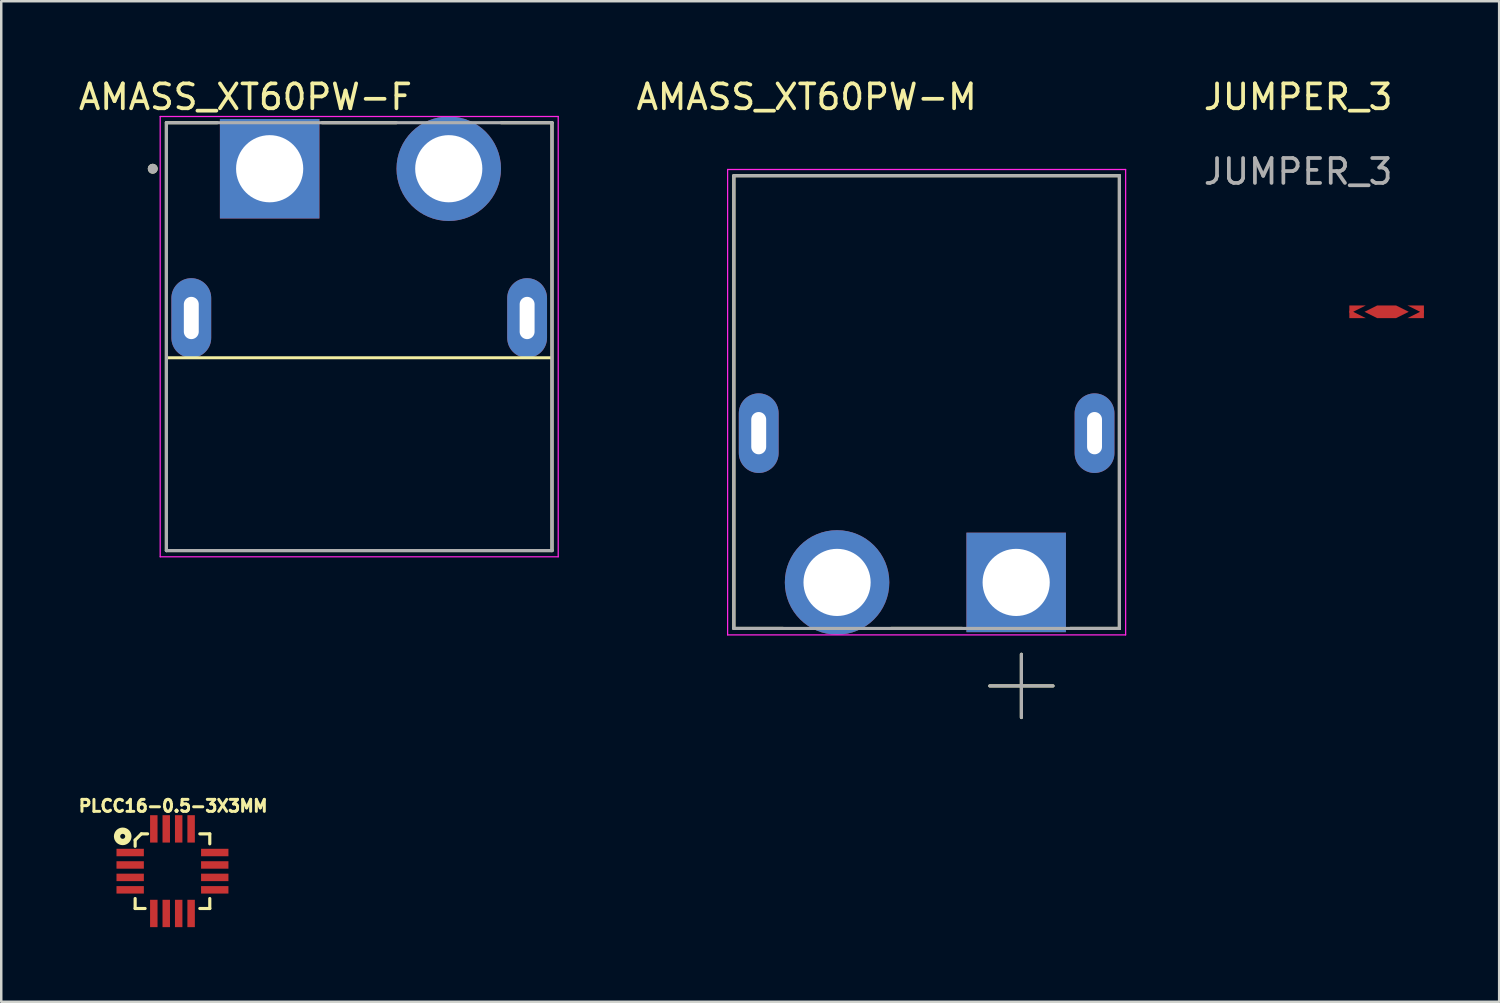
<source format=kicad_pcb>
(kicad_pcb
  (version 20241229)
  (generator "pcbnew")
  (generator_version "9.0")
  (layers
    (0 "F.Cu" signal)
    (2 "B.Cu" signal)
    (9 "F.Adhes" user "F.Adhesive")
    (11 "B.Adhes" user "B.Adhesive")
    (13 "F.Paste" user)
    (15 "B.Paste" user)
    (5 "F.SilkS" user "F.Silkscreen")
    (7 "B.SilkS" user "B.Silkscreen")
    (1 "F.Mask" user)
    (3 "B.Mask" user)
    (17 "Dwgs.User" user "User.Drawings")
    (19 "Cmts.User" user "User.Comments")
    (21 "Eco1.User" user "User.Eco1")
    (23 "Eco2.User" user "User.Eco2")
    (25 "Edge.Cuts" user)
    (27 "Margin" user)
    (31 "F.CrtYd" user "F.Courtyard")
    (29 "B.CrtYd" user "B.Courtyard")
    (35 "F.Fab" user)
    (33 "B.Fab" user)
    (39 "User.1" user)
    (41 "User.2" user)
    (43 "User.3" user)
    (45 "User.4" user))
  (footprint "AMASS_XT60PW-F"
    (layer "F.Cu")
    (at 11.39 3.733)
    (property "Reference" "AMASS_XT60PW-F" (at -4.575 -2.885 0) (layer "F.SilkS") (effects (font (size 1 1) (thickness 0.15))))
    (attr through_hole)
    (fp_line (start -7.75 -1.85) (end -5.71 -1.85) (stroke (width 0.127) (type solid)) (layer "F.SilkS"))
    (fp_line (start -7.75 15.35) (end -7.75 -1.85) (stroke (width 0.127) (type solid)) (layer "F.SilkS"))
    (fp_line (start -7.7 7.6) (end 7.7 7.6) (stroke (width 0.12) (type solid)) (layer "F.SilkS"))
    (fp_line (start -1.49 -1.85) (end 1.49 -1.85) (stroke (width 0.127) (type solid)) (layer "F.SilkS"))
    (fp_line (start 5.71 -1.85) (end 7.75 -1.85) (stroke (width 0.127) (type solid)) (layer "F.SilkS"))
    (fp_line (start 7.75 -1.85) (end 7.75 15.35) (stroke (width 0.127) (type solid)) (layer "F.SilkS"))
    (fp_line (start 7.75 15.35) (end -7.75 15.35) (stroke (width 0.127) (type solid)) (layer "F.SilkS"))
    (fp_circle (center -8.3 0) (end -8.2 0) (stroke (width 0.2) (type solid)) (fill no) (layer "F.SilkS"))
    (fp_line (start -8 -2.1) (end 8 -2.1) (stroke (width 0.05) (type solid)) (layer "F.CrtYd"))
    (fp_line (start -8 15.6) (end -8 -2.1) (stroke (width 0.05) (type solid)) (layer "F.CrtYd"))
    (fp_line (start 8 -2.1) (end 8 15.6) (stroke (width 0.05) (type solid)) (layer "F.CrtYd"))
    (fp_line (start 8 15.6) (end -8 15.6) (stroke (width 0.05) (type solid)) (layer "F.CrtYd"))
    (fp_line (start -7.75 -1.85) (end 7.75 -1.85) (stroke (width 0.127) (type solid)) (layer "F.Fab"))
    (fp_line (start -7.75 15.35) (end -7.75 -1.85) (stroke (width 0.127) (type solid)) (layer "F.Fab"))
    (fp_line (start 7.75 -1.85) (end 7.75 15.35) (stroke (width 0.127) (type solid)) (layer "F.Fab"))
    (fp_line (start 7.75 15.35) (end -7.75 15.35) (stroke (width 0.127) (type solid)) (layer "F.Fab"))
    (fp_circle (center -8.3 0) (end -8.2 0) (stroke (width 0.2) (type solid)) (fill no) (layer "F.Fab"))
    (pad "1" thru_hole rect (at -3.6 0) (size 4 4) (drill 2.7) (layers "*.Cu" "*.Mask"))
    (pad "2" thru_hole circle (at 3.6 0) (size 4.2 4.2) (drill 2.7) (layers "*.Cu" "*.Mask"))
    (pad "S1" thru_hole oval (at -6.75 6) (size 1.6 3.2) (drill oval 0.6 1.7) (layers "*.Cu" "*.Mask"))
    (pad "S2" thru_hole oval (at 6.75 6) (size 1.6 3.2) (drill oval 0.6 1.7) (layers "*.Cu" "*.Mask")))
  (footprint "AMASS_XT60PW-M"
    (layer "F.Cu")
    (at 34.2 14.363)
    (property "Reference" "AMASS_XT60PW-M" (at -4.824 -13.515 0) (layer "F.SilkS") (effects (font (size 1 1) (thickness 0.15))))
    (attr through_hole)
    (fp_line (start -7.75 -10.35) (end -7.75 7.85) (stroke (width 0.127) (type solid)) (layer "F.SilkS"))
    (fp_line (start -7.75 7.85) (end -5.778 7.85) (stroke (width 0.127) (type solid)) (layer "F.SilkS"))
    (fp_line (start -1.422 7.85) (end 1.422 7.85) (stroke (width 0.127) (type solid)) (layer "F.SilkS"))
    (fp_line (start 2.54 10.16) (end 3.81 10.16) (stroke (width 0.127) (type solid)) (layer "F.SilkS"))
    (fp_line (start 3.81 10.16) (end 3.81 8.89) (stroke (width 0.127) (type solid)) (layer "F.SilkS"))
    (fp_line (start 3.81 10.16) (end 3.81 11.43) (stroke (width 0.127) (type solid)) (layer "F.SilkS"))
    (fp_line (start 5.08 10.16) (end 3.81 10.16) (stroke (width 0.127) (type solid)) (layer "F.SilkS"))
    (fp_line (start 7.75 -10.35) (end -7.75 -10.35) (stroke (width 0.127) (type solid)) (layer "F.SilkS"))
    (fp_line (start 7.75 7.85) (end 5.778 7.85) (stroke (width 0.127) (type solid)) (layer "F.SilkS"))
    (fp_line (start 7.75 7.85) (end 7.75 -10.35) (stroke (width 0.127) (type solid)) (layer "F.SilkS"))
    (fp_line (start -8 -10.6) (end -8 8.11) (stroke (width 0.05) (type solid)) (layer "F.CrtYd"))
    (fp_line (start -8 8.11) (end 8 8.11) (stroke (width 0.05) (type solid)) (layer "F.CrtYd"))
    (fp_line (start 8 -10.6) (end -8 -10.6) (stroke (width 0.05) (type solid)) (layer "F.CrtYd"))
    (fp_line (start 8 8.11) (end 8 -10.6) (stroke (width 0.05) (type solid)) (layer "F.CrtYd"))
    (fp_line (start -7.75 -10.35) (end -7.75 7.85) (stroke (width 0.127) (type solid)) (layer "F.Fab"))
    (fp_line (start -7.75 7.85) (end 7.75 7.85) (stroke (width 0.127) (type solid)) (layer "F.Fab"))
    (fp_line (start 2.54 10.16) (end 3.81 10.16) (stroke (width 0.127) (type solid)) (layer "F.Fab"))
    (fp_line (start 3.81 10.16) (end 3.81 8.89) (stroke (width 0.127) (type solid)) (layer "F.Fab"))
    (fp_line (start 3.81 10.16) (end 3.81 11.43) (stroke (width 0.127) (type solid)) (layer "F.Fab"))
    (fp_line (start 5.08 10.16) (end 3.81 10.16) (stroke (width 0.127) (type solid)) (layer "F.Fab"))
    (fp_line (start 7.75 -10.35) (end -7.75 -10.35) (stroke (width 0.127) (type solid)) (layer "F.Fab"))
    (fp_line (start 7.75 7.85) (end 7.75 -10.35) (stroke (width 0.127) (type solid)) (layer "F.Fab"))
    (pad "1" thru_hole rect (at 3.6 6) (size 4 4) (drill 2.7) (layers "*.Cu" "*.Mask"))
    (pad "2" thru_hole circle (at -3.6 6) (size 4.2 4.2) (drill 2.7) (layers "*.Cu" "*.Mask"))
    (pad "S1" thru_hole oval (at 6.75 0) (size 1.6 3.2) (drill oval 0.6 1.7) (layers "*.Cu" "*.Mask"))
    (pad "S2" thru_hole oval (at -6.75 0) (size 1.6 3.2) (drill oval 0.6 1.7) (layers "*.Cu" "*.Mask")))
  (footprint "PLCC16-0.5-3X3MM"
    (layer "F.Cu")
    (at 2.383 33.471)
    (property "Reference" "PLCC16-0.5-3X3MM" (at 1.527 -4.122 0) (layer "F.SilkS") (effects (font (size 0.481 0.481) (thickness 0.15))))
    (attr smd)
    (fp_line (start 0 -2.75) (end 0 -2.5) (stroke (width 0.127) (type solid)) (layer "F.SilkS"))
    (fp_line (start 0 0) (end 0 -0.4) (stroke (width 0.127) (type solid)) (layer "F.SilkS"))
    (fp_line (start 0.25 -3) (end 0 -2.75) (stroke (width 0.127) (type solid)) (layer "F.SilkS"))
    (fp_line (start 0.4 0) (end 0 0) (stroke (width 0.127) (type solid)) (layer "F.SilkS"))
    (fp_line (start 0.5 -3) (end 0.25 -3) (stroke (width 0.127) (type solid)) (layer "F.SilkS"))
    (fp_line (start 2.6 -3) (end 3 -3) (stroke (width 0.127) (type solid)) (layer "F.SilkS"))
    (fp_line (start 3 -2.6) (end 3 -3) (stroke (width 0.127) (type solid)) (layer "F.SilkS"))
    (fp_line (start 3 -0.4) (end 3 0) (stroke (width 0.127) (type solid)) (layer "F.SilkS"))
    (fp_line (start 3 0) (end 2.6 0) (stroke (width 0.127) (type solid)) (layer "F.SilkS"))
    (fp_circle (center -0.5 -2.9) (end -0.4 -2.9) (stroke (width 0.254) (type solid)) (fill no) (layer "F.SilkS"))
    (pad "1" smd rect (at -0.2 -2.25) (size 1.1 0.3) (layers "F.Cu" "F.Mask" "F.Paste"))
    (pad "2" smd rect (at -0.2 -1.75) (size 1.1 0.3) (layers "F.Cu" "F.Mask" "F.Paste"))
    (pad "3" smd rect (at -0.2 -1.25) (size 1.1 0.3) (layers "F.Cu" "F.Mask" "F.Paste"))
    (pad "4" smd rect (at -0.2 -0.75) (size 1.1 0.3) (layers "F.Cu" "F.Mask" "F.Paste"))
    (pad "5" smd rect (at 0.75 0.2 90) (size 1.1 0.3) (layers "F.Cu" "F.Mask" "F.Paste"))
    (pad "6" smd rect (at 1.25 0.2 90) (size 1.1 0.3) (layers "F.Cu" "F.Mask" "F.Paste"))
    (pad "7" smd rect (at 1.75 0.2 90) (size 1.1 0.3) (layers "F.Cu" "F.Mask" "F.Paste"))
    (pad "8" smd rect (at 2.25 0.2 90) (size 1.1 0.3) (layers "F.Cu" "F.Mask" "F.Paste"))
    (pad "9" smd rect (at 3.2 -0.75) (size 1.1 0.3) (layers "F.Cu" "F.Mask" "F.Paste"))
    (pad "10" smd rect (at 3.2 -1.25) (size 1.1 0.3) (layers "F.Cu" "F.Mask" "F.Paste"))
    (pad "11" smd rect (at 3.2 -1.75) (size 1.1 0.3) (layers "F.Cu" "F.Mask" "F.Paste"))
    (pad "12" smd rect (at 3.2 -2.25) (size 1.1 0.3) (layers "F.Cu" "F.Mask" "F.Paste"))
    (pad "13" smd rect (at 2.25 -3.2 90) (size 1.1 0.3) (layers "F.Cu" "F.Mask" "F.Paste"))
    (pad "14" smd rect (at 1.75 -3.2 90) (size 1.1 0.3) (layers "F.Cu" "F.Mask" "F.Paste"))
    (pad "15" smd rect (at 1.25 -3.2 90) (size 1.1 0.3) (layers "F.Cu" "F.Mask" "F.Paste"))
    (pad "16" smd rect (at 0.75 -3.2 90) (size 1.1 0.3) (layers "F.Cu" "F.Mask" "F.Paste")))
  (footprint "JUMPER_3"
    (layer "F.Cu")
    (at 52.692 9.484)
    (property "Reference" "JUMPER_3" (at -3.556 -8.636 0) (unlocked yes) (layer "F.SilkS") (effects (font (size 1 1) (thickness 0.15))))
    (attr smd)
    (fp_poly (pts (xy -1.499 -0.254) (xy -0.838 -0.254) (xy -1.346 0) (xy -0.838 0.254) (xy -1.499 0.254)) (stroke (width 0) (type solid)) (fill yes) (layer "F.Cu"))
    (fp_poly (pts (xy 1.499 0.254) (xy 0.838 0.254) (xy 1.346 0) (xy 0.838 -0.254) (xy 1.499 -0.254)) (stroke (width 0) (type solid)) (fill yes) (layer "F.Cu"))
    (fp_poly (pts (xy 0.889 0) (xy 0.381 0.254) (xy -0.381 0.254) (xy -0.889 0) (xy -0.381 -0.254) (xy 0.381 -0.254)) (stroke (width 0) (type solid)) (fill yes) (layer "F.Cu"))
    (fp_rect (start -1.524 -0.279) (end -0.254 0.279) (stroke (width 0) (type solid)) (fill yes) (layer "F.Mask"))
    (fp_rect (start 0.254 -0.279) (end 1.524 0.279) (stroke (width 0) (type solid)) (fill yes) (layer "F.Mask"))
    (fp_text user "${REFERENCE}" (at -3.556 -5.636 0) (unlocked yes) (layer "F.Fab") (effects (font (size 1 1) (thickness 0.15))))
    (pad "1" smd circle (at -1.422 0) (size 0.152 0.152) (layers "F.Cu"))
    (pad "2" smd circle (at 0 0) (size 0.2 0.2) (layers "F.Cu"))
    (pad "3" smd circle (at 1.422 0) (size 0.152 0.152) (layers "F.Cu")))
  (gr_rect
    (start -3 -3)
    (end 57.216 37.221)
    (stroke (width 0.1) (type default))
    (fill no)
    (layer "Edge.Cuts")))
</source>
